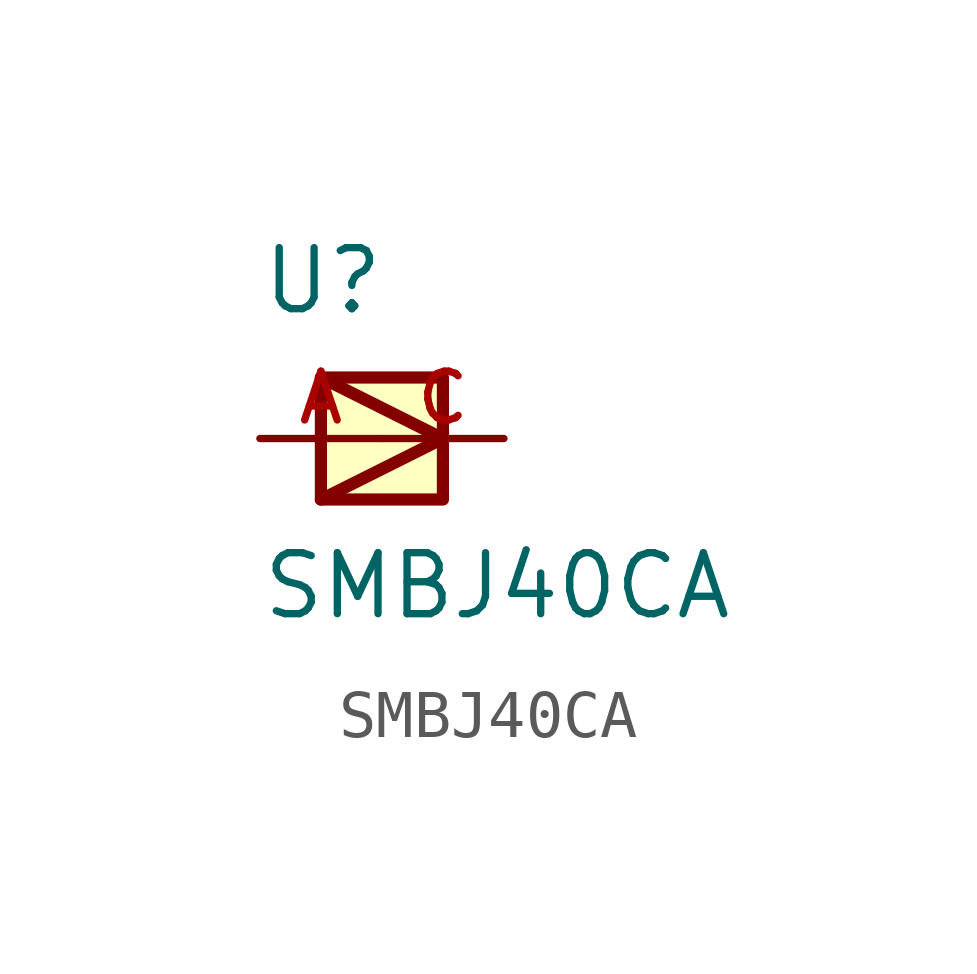
<source format=kicad_sym>
(kicad_symbol_lib
  (version 20211014)
  (generator kicad_symbol_editor)
  (symbol "SMBJ40CA"
    (pin_names
      (offset 1.016))
    (property "Reference" "U"
      (at -2.54 2.54 0)
      (effects (font (size 1.27 1.27)) (justify bottom left)))
    (property "Value" "SMBJ40CA"
      (at -2.54 -3.81 0)
      (effects (font (size 1.27 1.27)) (justify bottom left)))
    (symbol "SMBJ40CA_0_0"
      (polyline (pts (xy -1.27 -1.27) (xy 1.27 0.0)) (stroke (width 0.254)))
      (polyline (pts (xy 1.27 0.0) (xy -1.27 1.27)) (stroke (width 0.254)))
      (rectangle (start -1.27 -1.27) (end 1.27 1.27) (stroke (width 0.254)) (fill (type background)))
      (pin passive line (at -2.54 0.0 0) (length 2.54) (name "~" (effects (font (size 1.016 1.016)))) (number "A" (effects (font (size 1.016 1.016)))))
      (pin passive line (at 2.54 0.0 180.0) (length 2.54) (name "~" (effects (font (size 1.016 1.016)))) (number "C" (effects (font (size 1.016 1.016))))))))
</source>
